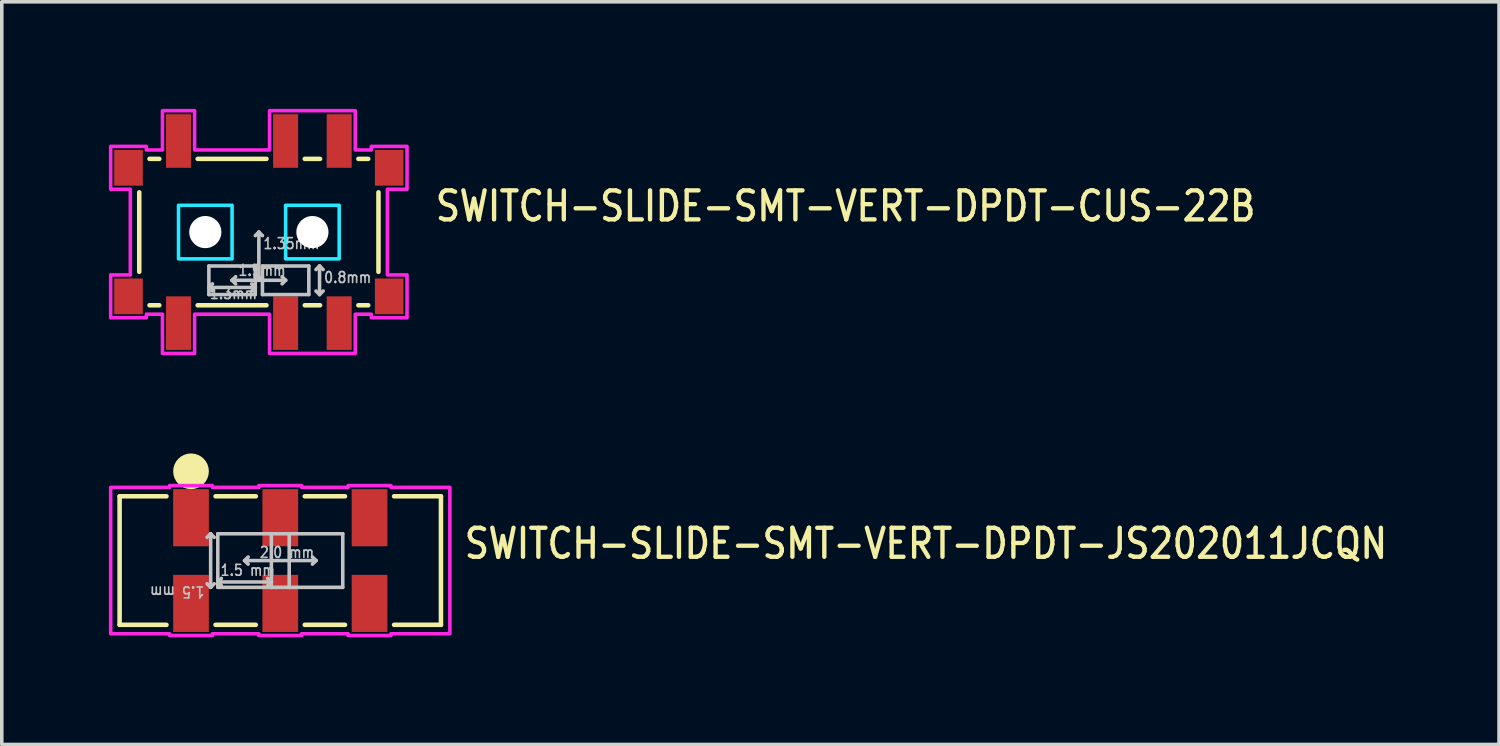
<source format=kicad_pcb>
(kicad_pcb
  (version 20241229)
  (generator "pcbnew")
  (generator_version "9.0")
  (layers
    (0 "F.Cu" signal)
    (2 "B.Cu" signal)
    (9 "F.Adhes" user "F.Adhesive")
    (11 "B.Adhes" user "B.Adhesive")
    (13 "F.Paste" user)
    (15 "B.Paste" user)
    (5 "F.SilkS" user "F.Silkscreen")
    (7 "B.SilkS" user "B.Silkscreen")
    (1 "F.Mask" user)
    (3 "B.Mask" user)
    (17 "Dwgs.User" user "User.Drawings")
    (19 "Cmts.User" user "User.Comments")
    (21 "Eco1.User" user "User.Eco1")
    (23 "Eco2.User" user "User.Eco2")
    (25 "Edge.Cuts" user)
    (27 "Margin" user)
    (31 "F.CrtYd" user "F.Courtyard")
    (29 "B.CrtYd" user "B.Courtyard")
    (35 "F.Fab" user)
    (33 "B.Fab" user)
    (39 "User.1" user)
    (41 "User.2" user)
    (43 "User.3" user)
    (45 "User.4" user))
  (footprint "SWITCH-SLIDE-SMT-VERT-DPDT-CUS-22B"
    (layer "F.Cu")
    (at 4.2 3.45)
    (property "Reference" "SWITCH-SLIDE-SMT-VERT-DPDT-CUS-22B" (at 4.886 -0.25 0) (unlocked yes) (layer "F.SilkS") (effects (font (size 0.813 0.695) (thickness 0.122)) (justify left bottom)))
    (fp_line (start -3.35 -1.113) (end -3.35 1.113) (stroke (width 0.127) (type solid)) (layer "F.SilkS"))
    (fp_line (start -2.787 -2.05) (end -3.063 -2.05) (stroke (width 0.127) (type solid)) (layer "F.SilkS"))
    (fp_line (start -2.787 2.05) (end -3.063 2.05) (stroke (width 0.127) (type solid)) (layer "F.SilkS"))
    (fp_line (start -1.714 -2.05) (end 0.213 -2.05) (stroke (width 0.127) (type solid)) (layer "F.SilkS"))
    (fp_line (start -1.714 2.05) (end 0.213 2.05) (stroke (width 0.127) (type solid)) (layer "F.SilkS"))
    (fp_line (start 1.714 -2.05) (end 1.286 -2.05) (stroke (width 0.127) (type solid)) (layer "F.SilkS"))
    (fp_line (start 1.714 2.05) (end 1.286 2.05) (stroke (width 0.127) (type solid)) (layer "F.SilkS"))
    (fp_line (start 3.063 -2.05) (end 2.787 -2.05) (stroke (width 0.127) (type solid)) (layer "F.SilkS"))
    (fp_line (start 3.063 2.05) (end 2.787 2.05) (stroke (width 0.127) (type solid)) (layer "F.SilkS"))
    (fp_line (start 3.35 -1.113) (end 3.35 1.113) (stroke (width 0.127) (type solid)) (layer "F.SilkS"))
    (fp_line (start -1.4 0.95) (end -1.4 1.75) (stroke (width 0.1) (type solid)) (layer "Dwgs.User"))
    (fp_line (start -1.4 0.95) (end -0.1 0.95) (stroke (width 0.1) (type solid)) (layer "Dwgs.User"))
    (fp_line (start -1.4 1.55) (end -1.3 1.45) (stroke (width 0.1) (type solid)) (layer "Dwgs.User"))
    (fp_line (start -1.4 1.55) (end -1.3 1.65) (stroke (width 0.1) (type solid)) (layer "Dwgs.User"))
    (fp_line (start -1.4 1.55) (end -0.1 1.55) (stroke (width 0.1) (type solid)) (layer "Dwgs.User"))
    (fp_line (start -1.4 1.75) (end -0.1 1.75) (stroke (width 0.1) (type solid)) (layer "Dwgs.User"))
    (fp_line (start -0.75 1.35) (end -0.65 1.25) (stroke (width 0.1) (type solid)) (layer "Dwgs.User"))
    (fp_line (start -0.75 1.35) (end -0.65 1.45) (stroke (width 0.1) (type solid)) (layer "Dwgs.User"))
    (fp_line (start -0.75 1.35) (end 0.75 1.35) (stroke (width 0.1) (type solid)) (layer "Dwgs.User"))
    (fp_line (start -0.1 1.55) (end -0.2 1.45) (stroke (width 0.1) (type solid)) (layer "Dwgs.User"))
    (fp_line (start -0.1 1.55) (end -0.2 1.65) (stroke (width 0.1) (type solid)) (layer "Dwgs.User"))
    (fp_line (start -0.1 1.75) (end -0.1 0.95) (stroke (width 0.1) (type solid)) (layer "Dwgs.User"))
    (fp_line (start 0 0) (end -0.1 0.1) (stroke (width 0.1) (type solid)) (layer "Dwgs.User"))
    (fp_line (start 0 0) (end 0 1.35) (stroke (width 0.1) (type solid)) (layer "Dwgs.User"))
    (fp_line (start 0 0) (end 0.1 0.1) (stroke (width 0.1) (type solid)) (layer "Dwgs.User"))
    (fp_line (start 0 1.35) (end -0.1 1.25) (stroke (width 0.1) (type solid)) (layer "Dwgs.User"))
    (fp_line (start 0 1.35) (end 0.1 1.25) (stroke (width 0.1) (type solid)) (layer "Dwgs.User"))
    (fp_line (start 0.1 0.95) (end 0.1 1.75) (stroke (width 0.1) (type solid)) (layer "Dwgs.User"))
    (fp_line (start 0.1 0.95) (end 1.4 0.95) (stroke (width 0.1) (type solid)) (layer "Dwgs.User"))
    (fp_line (start 0.1 1.75) (end 1.4 1.75) (stroke (width 0.1) (type solid)) (layer "Dwgs.User"))
    (fp_line (start 0.75 1.35) (end 0.65 1.25) (stroke (width 0.1) (type solid)) (layer "Dwgs.User"))
    (fp_line (start 0.75 1.35) (end 0.65 1.45) (stroke (width 0.1) (type solid)) (layer "Dwgs.User"))
    (fp_line (start 1.4 1.75) (end 1.4 0.95) (stroke (width 0.1) (type solid)) (layer "Dwgs.User"))
    (fp_line (start 1.7 0.95) (end 1.6 1.05) (stroke (width 0.1) (type solid)) (layer "Dwgs.User"))
    (fp_line (start 1.7 0.95) (end 1.7 1.75) (stroke (width 0.1) (type solid)) (layer "Dwgs.User"))
    (fp_line (start 1.7 0.95) (end 1.8 1.05) (stroke (width 0.1) (type solid)) (layer "Dwgs.User"))
    (fp_line (start 1.7 1.75) (end 1.6 1.65) (stroke (width 0.1) (type solid)) (layer "Dwgs.User"))
    (fp_line (start 1.7 1.75) (end 1.8 1.65) (stroke (width 0.1) (type solid)) (layer "Dwgs.User"))
    (fp_poly (pts (xy -2.25 -0.75) (xy -0.75 -0.75) (xy -0.75 0.75) (xy -2.25 0.75)) (stroke (width 0.1) (type solid)) (fill no) (layer "B.CrtYd"))
    (fp_poly (pts (xy 0.75 -0.75) (xy 2.25 -0.75) (xy 2.25 0.75) (xy 0.75 0.75)) (stroke (width 0.1) (type solid)) (fill no) (layer "B.CrtYd"))
    (fp_poly (pts (xy -4.15 -2.4) (xy -3.15 -2.4) (xy -3.15 -2.3) (xy -2.7 -2.3) (xy -2.7 -3.4) (xy -1.8 -3.4) (xy -1.8 -2.3) (xy 0.3 -2.3) (xy 0.3 -3.4) (xy 2.7 -3.4) (xy 2.7 -2.3) (xy 3.15 -2.3) (xy 3.15 -2.4) (xy 4.15 -2.4) (xy 4.15 -1.2) (xy 3.6 -1.2) (xy 3.6 1.2) (xy 4.15 1.2) (xy 4.15 2.4) (xy 3.15 2.4) (xy 3.15 2.3) (xy 2.7 2.3) (xy 2.7 3.4) (xy 0.3 3.4) (xy 0.3 2.3) (xy -1.8 2.3) (xy -1.8 3.4) (xy -2.7 3.4) (xy -2.7 2.3) (xy -3.15 2.3) (xy -3.15 2.4) (xy -4.15 2.4) (xy -4.15 1.2) (xy -3.6 1.2) (xy -3.6 -1.2) (xy -4.15 -1.2)) (stroke (width 0.1) (type solid)) (fill no) (layer "F.CrtYd"))
    (fp_text user "1.3mm" (at -1.4 1.9 0) (unlocked yes) (layer "Dwgs.User") (effects (font (size 0.305 0.261) (thickness 0.046)) (justify left bottom)))
    (fp_text user "1.35mm" (at 0.1 0.5 0) (unlocked yes) (layer "Dwgs.User") (effects (font (size 0.305 0.261) (thickness 0.046)) (justify left bottom)))
    (fp_text user "0.8mm" (at 1.8 1.45 0) (unlocked yes) (layer "Dwgs.User") (effects (font (size 0.305 0.261) (thickness 0.046)) (justify left bottom)))
    (fp_text user "1.5mm" (at -0.6 1.25 0) (unlocked yes) (layer "Dwgs.User") (effects (font (size 0.305 0.261) (thickness 0.046)) (justify left bottom)))
    (pad "" np_thru_hole circle (at -1.5 0) (size 0.9 0.9) (drill 0.9) (layers "*.Cu" "*.Mask"))
    (pad "" np_thru_hole circle (at 1.5 0) (size 0.9 0.9) (drill 0.9) (layers "*.Cu" "*.Mask"))
    (pad "1" smd rect (at -2.25 -2.55) (size 0.7 1.5) (layers "F.Cu" "F.Mask" "F.Paste"))
    (pad "2" smd rect (at 0.75 -2.55) (size 0.7 1.5) (layers "F.Cu" "F.Mask" "F.Paste"))
    (pad "3" smd rect (at 2.25 -2.55) (size 0.7 1.5) (layers "F.Cu" "F.Mask" "F.Paste"))
    (pad "4" smd rect (at -2.25 2.55) (size 0.7 1.5) (layers "F.Cu" "F.Mask" "F.Paste"))
    (pad "5" smd rect (at 0.75 2.55) (size 0.7 1.5) (layers "F.Cu" "F.Mask" "F.Paste"))
    (pad "6" smd rect (at 2.25 2.55) (size 0.7 1.5) (layers "F.Cu" "F.Mask" "F.Paste"))
    (pad "C_1" smd rect (at -3.65 1.8) (size 0.8 1) (layers "F.Cu" "F.Mask" "F.Paste"))
    (pad "C_2" smd rect (at -3.65 -1.8) (size 0.8 1) (layers "F.Cu" "F.Mask" "F.Paste"))
    (pad "C_3" smd rect (at 3.65 -1.8) (size 0.8 1) (layers "F.Cu" "F.Mask" "F.Paste"))
    (pad "C_4" smd rect (at 3.65 1.8) (size 0.8 1) (layers "F.Cu" "F.Mask" "F.Paste")))
  (footprint "SWITCH-SLIDE-SMT-VERT-DPDT-JS202011JCQN"
    (layer "F.Cu")
    (at 4.8 12.65)
    (property "Reference" "SWITCH-SLIDE-SMT-VERT-DPDT-JS202011JCQN" (at 5.096 0 0) (unlocked yes) (layer "F.SilkS") (effects (font (size 0.813 0.695) (thickness 0.122)) (justify left bottom)))
    (fp_line (start -4.5 -1.8) (end -4.5 1.8) (stroke (width 0.127) (type solid)) (layer "F.SilkS"))
    (fp_line (start -4.5 1.8) (end -3.187 1.8) (stroke (width 0.127) (type solid)) (layer "F.SilkS"))
    (fp_line (start -3.187 -1.8) (end -4.5 -1.8) (stroke (width 0.127) (type solid)) (layer "F.SilkS"))
    (fp_line (start -1.813 1.8) (end -0.686 1.8) (stroke (width 0.127) (type solid)) (layer "F.SilkS"))
    (fp_line (start -0.686 -1.8) (end -1.813 -1.8) (stroke (width 0.127) (type solid)) (layer "F.SilkS"))
    (fp_line (start 1.813 -1.8) (end 0.686 -1.8) (stroke (width 0.127) (type solid)) (layer "F.SilkS"))
    (fp_line (start 1.813 1.8) (end 0.686 1.8) (stroke (width 0.127) (type solid)) (layer "F.SilkS"))
    (fp_line (start 3.187 -1.8) (end 4.5 -1.8) (stroke (width 0.127) (type solid)) (layer "F.SilkS"))
    (fp_line (start 4.5 -1.8) (end 4.5 1.8) (stroke (width 0.127) (type solid)) (layer "F.SilkS"))
    (fp_line (start 4.5 1.8) (end 3.187 1.8) (stroke (width 0.127) (type solid)) (layer "F.SilkS"))
    (fp_circle (center -2.5 -2.5) (end -2.5 -2.5) (stroke (width 0.5) (type solid)) (fill no) (layer "F.SilkS"))
    (fp_line (start -1.95 -0.75) (end -2.05 -0.65) (stroke (width 0.1) (type solid)) (layer "Dwgs.User"))
    (fp_line (start -1.95 -0.75) (end -1.95 0.75) (stroke (width 0.1) (type solid)) (layer "Dwgs.User"))
    (fp_line (start -1.95 0.75) (end -2.05 0.65) (stroke (width 0.1) (type solid)) (layer "Dwgs.User"))
    (fp_line (start -1.95 0.75) (end -1.85 0.65) (stroke (width 0.1) (type solid)) (layer "Dwgs.User"))
    (fp_line (start -1.85 -0.65) (end -1.95 -0.75) (stroke (width 0.1) (type solid)) (layer "Dwgs.User"))
    (fp_line (start -1.75 -0.75) (end -0.25 -0.75) (stroke (width 0.1) (type solid)) (layer "Dwgs.User"))
    (fp_line (start -1.75 0.6) (end -1.75 -0.75) (stroke (width 0.1) (type solid)) (layer "Dwgs.User"))
    (fp_line (start -1.75 0.6) (end -1.65 0.5) (stroke (width 0.1) (type solid)) (layer "Dwgs.User"))
    (fp_line (start -1.75 0.6) (end -1.65 0.7) (stroke (width 0.1) (type solid)) (layer "Dwgs.User"))
    (fp_line (start -1.75 0.6) (end -0.25 0.6) (stroke (width 0.1) (type solid)) (layer "Dwgs.User"))
    (fp_line (start -1.75 0.75) (end -1.75 0.6) (stroke (width 0.1) (type solid)) (layer "Dwgs.User"))
    (fp_line (start -1 0) (end -0.9 -0.1) (stroke (width 0.1) (type solid)) (layer "Dwgs.User"))
    (fp_line (start -1 0) (end -0.9 0.1) (stroke (width 0.1) (type solid)) (layer "Dwgs.User"))
    (fp_line (start -0.25 -0.75) (end -0.25 0.6) (stroke (width 0.1) (type solid)) (layer "Dwgs.User"))
    (fp_line (start -0.25 -0.75) (end 0.25 -0.75) (stroke (width 0.1) (type solid)) (layer "Dwgs.User"))
    (fp_line (start -0.25 0.6) (end -0.35 0.5) (stroke (width 0.1) (type solid)) (layer "Dwgs.User"))
    (fp_line (start -0.25 0.6) (end -0.35 0.7) (stroke (width 0.1) (type solid)) (layer "Dwgs.User"))
    (fp_line (start -0.25 0.6) (end -0.25 0.75) (stroke (width 0.1) (type solid)) (layer "Dwgs.User"))
    (fp_line (start -0.25 0.75) (end -1.75 0.75) (stroke (width 0.1) (type solid)) (layer "Dwgs.User"))
    (fp_line (start 0.25 -0.75) (end 0.25 0.75) (stroke (width 0.1) (type solid)) (layer "Dwgs.User"))
    (fp_line (start 0.25 -0.75) (end 1.75 -0.75) (stroke (width 0.1) (type solid)) (layer "Dwgs.User"))
    (fp_line (start 0.25 0.75) (end -0.25 0.75) (stroke (width 0.1) (type solid)) (layer "Dwgs.User"))
    (fp_line (start 1 0) (end -1 0) (stroke (width 0.1) (type solid)) (layer "Dwgs.User"))
    (fp_line (start 1 0) (end 0.9 -0.1) (stroke (width 0.1) (type solid)) (layer "Dwgs.User"))
    (fp_line (start 1 0) (end 0.9 0.1) (stroke (width 0.1) (type solid)) (layer "Dwgs.User"))
    (fp_line (start 1.75 -0.75) (end 1.75 0.75) (stroke (width 0.1) (type solid)) (layer "Dwgs.User"))
    (fp_line (start 1.75 0.75) (end 0.25 0.75) (stroke (width 0.1) (type solid)) (layer "Dwgs.User"))
    (fp_poly (pts (xy -4.75 -2.05) (xy -3.1 -2.05) (xy -3.1 -2.1) (xy -1.9 -2.1) (xy -1.9 -2.05) (xy -0.6 -2.05) (xy -0.6 -2.1) (xy 0.6 -2.1) (xy 0.6 -2.05) (xy 1.9 -2.05) (xy 1.9 -2.1) (xy 3.1 -2.1) (xy 3.1 -2.05) (xy 4.75 -2.05) (xy 4.75 2.05) (xy 3.1 2.05) (xy 3.1 2.1) (xy 1.9 2.1) (xy 1.9 2.05) (xy 0.6 2.05) (xy 0.6 2.1) (xy -0.6 2.1) (xy -0.6 2.05) (xy -1.9 2.05) (xy -1.9 2.1) (xy -3.1 2.1) (xy -3.1 2.05) (xy -4.75 2.05)) (stroke (width 0.1) (type solid)) (fill no) (layer "F.CrtYd"))
    (fp_text user "1.5 mm" (at -1.7 0.45 0) (unlocked yes) (layer "Dwgs.User") (effects (font (size 0.305 0.261) (thickness 0.046)) (justify left bottom)))
    (fp_text user "1.5 mm" (at -2.1 0.7 180) (unlocked yes) (layer "Dwgs.User") (effects (font (size 0.305 0.261) (thickness 0.046)) (justify left bottom)))
    (fp_text user "2.0 mm" (at -0.6 -0.05 0) (unlocked yes) (layer "Dwgs.User") (effects (font (size 0.305 0.261) (thickness 0.046)) (justify left bottom)))
    (pad "1" smd rect (at -2.5 -1.2) (size 1 1.6) (layers "F.Cu" "F.Mask" "F.Paste"))
    (pad "2" smd rect (at 0 -1.2) (size 1 1.6) (layers "F.Cu" "F.Mask" "F.Paste"))
    (pad "3" smd rect (at 2.5 -1.2) (size 1 1.6) (layers "F.Cu" "F.Mask" "F.Paste"))
    (pad "5" smd rect (at -2.5 1.2) (size 1 1.6) (layers "F.Cu" "F.Mask" "F.Paste"))
    (pad "6" smd rect (at 0 1.2) (size 1 1.6) (layers "F.Cu" "F.Mask" "F.Paste"))
    (pad "7" smd rect (at 2.5 1.2) (size 1 1.6) (layers "F.Cu" "F.Mask" "F.Paste")))
  (gr_rect
    (start -3 -3)
    (end 38.935 17.8)
    (stroke (width 0.1) (type default))
    (fill no)
    (layer "Edge.Cuts")))
</source>
